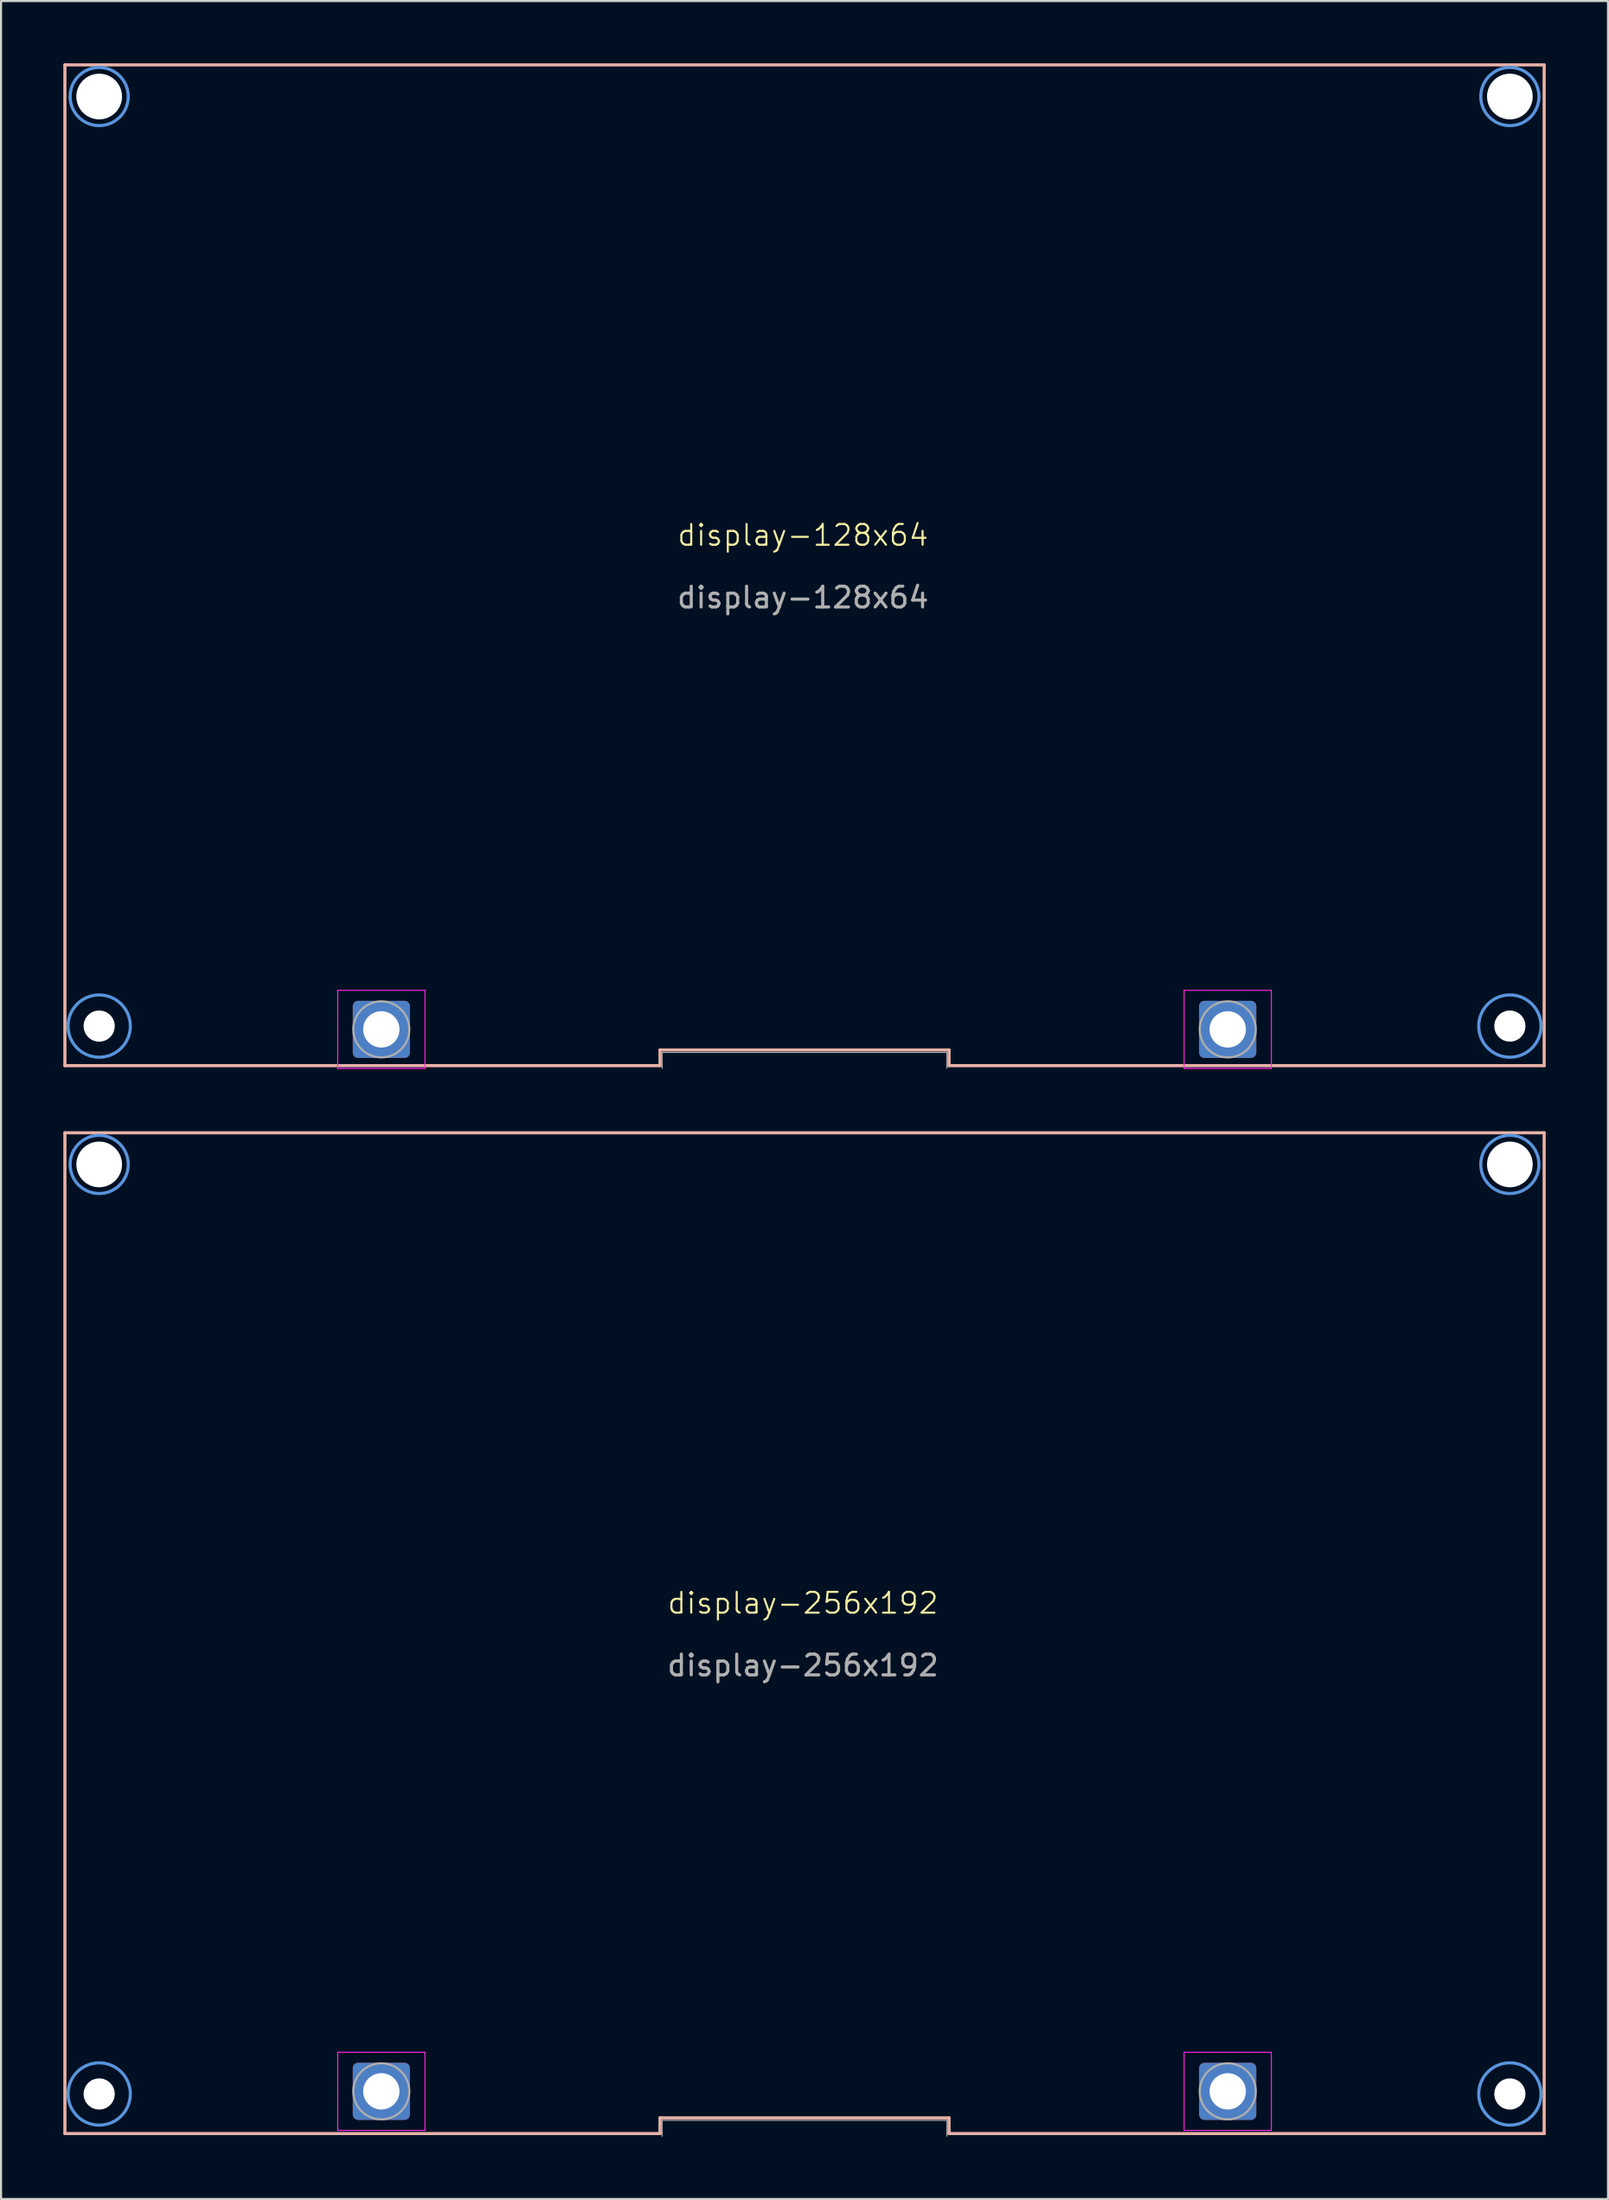
<source format=kicad_pcb>
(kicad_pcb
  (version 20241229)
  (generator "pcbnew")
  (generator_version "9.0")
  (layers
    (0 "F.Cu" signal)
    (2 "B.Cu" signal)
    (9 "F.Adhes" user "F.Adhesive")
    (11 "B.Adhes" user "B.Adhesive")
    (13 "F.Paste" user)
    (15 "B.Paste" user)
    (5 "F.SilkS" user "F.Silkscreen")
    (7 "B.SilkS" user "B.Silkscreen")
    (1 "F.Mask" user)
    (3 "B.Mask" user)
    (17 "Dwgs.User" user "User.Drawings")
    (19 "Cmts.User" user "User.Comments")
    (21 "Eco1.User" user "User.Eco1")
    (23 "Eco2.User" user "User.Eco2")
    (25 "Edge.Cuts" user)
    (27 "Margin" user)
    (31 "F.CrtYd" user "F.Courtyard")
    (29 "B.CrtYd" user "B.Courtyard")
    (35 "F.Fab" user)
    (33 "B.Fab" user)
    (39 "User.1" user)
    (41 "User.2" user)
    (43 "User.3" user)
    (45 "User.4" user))
  (footprint "display-256x192"
    (layer "F.Cu")
    (at 35.699 75.603)
    (property "Reference" "display-256x192" (at -0.076 -1.446 0) (unlocked yes) (layer "F.SilkS") (effects (font (size 1 1) (thickness 0.1))))
    (attr smd)
    (fp_line (start -35.623 -24.098) (end 35.623 -24.098) (stroke (width 0.15) (type solid)) (layer "B.SilkS"))
    (fp_line (start -35.623 24.098) (end -35.623 -24.098) (stroke (width 0.15) (type solid)) (layer "B.SilkS"))
    (fp_line (start -6.96 24.098) (end -35.623 24.098) (stroke (width 0.15) (type solid)) (layer "B.SilkS"))
    (fp_line (start -6.96 24.098) (end -6.96 23.343) (stroke (width 0.15) (type solid)) (layer "B.SilkS"))
    (fp_line (start 6.96 23.343) (end -6.96 23.343) (stroke (width 0.15) (type solid)) (layer "B.SilkS"))
    (fp_line (start 6.96 24.098) (end 6.96 23.343) (stroke (width 0.15) (type solid)) (layer "B.SilkS"))
    (fp_line (start 35.623 -24.098) (end 35.623 24.098) (stroke (width 0.15) (type solid)) (layer "B.SilkS"))
    (fp_line (start 35.623 24.098) (end 6.96 24.098) (stroke (width 0.15) (type solid)) (layer "B.SilkS"))
    (fp_circle (center -33.972 -22.574) (end -32.572 -22.574) (stroke (width 0.15) (type solid)) (fill no) (layer "Cmts.User"))
    (fp_circle (center -33.972 22.193) (end -32.472 22.193) (stroke (width 0.15) (type solid)) (fill no) (layer "Cmts.User"))
    (fp_circle (center 33.972 -22.574) (end 35.373 -22.574) (stroke (width 0.15) (type solid)) (fill no) (layer "Cmts.User"))
    (fp_circle (center 33.972 22.193) (end 35.472 22.193) (stroke (width 0.15) (type solid)) (fill no) (layer "Cmts.User"))
    (fp_line (start -22.483 20.186) (end -22.483 23.946) (stroke (width 0.05) (type solid)) (layer "F.CrtYd"))
    (fp_line (start -22.483 23.946) (end -18.283 23.946) (stroke (width 0.05) (type solid)) (layer "F.CrtYd"))
    (fp_line (start -18.283 20.186) (end -22.483 20.186) (stroke (width 0.05) (type solid)) (layer "F.CrtYd"))
    (fp_line (start -18.283 23.946) (end -18.283 20.186) (stroke (width 0.05) (type solid)) (layer "F.CrtYd"))
    (fp_line (start 18.283 20.186) (end 18.283 23.946) (stroke (width 0.05) (type solid)) (layer "F.CrtYd"))
    (fp_line (start 18.283 23.946) (end 22.483 23.946) (stroke (width 0.05) (type solid)) (layer "F.CrtYd"))
    (fp_line (start 22.483 20.186) (end 18.283 20.186) (stroke (width 0.05) (type solid)) (layer "F.CrtYd"))
    (fp_line (start 22.483 23.946) (end 22.483 20.186) (stroke (width 0.05) (type solid)) (layer "F.CrtYd"))
    (fp_line (start -6.858 23.463) (end 6.858 23.463) (stroke (width 0.05) (type solid)) (layer "F.Fab"))
    (fp_line (start -6.858 24.225) (end -6.858 23.463) (stroke (width 0.05) (type solid)) (layer "F.Fab"))
    (fp_line (start 6.858 24.225) (end 6.858 23.463) (stroke (width 0.05) (type solid)) (layer "F.Fab"))
    (fp_circle (center -20.383 22.066) (end -19.033 22.066) (stroke (width 0.1) (type solid)) (fill no) (layer "F.Fab"))
    (fp_circle (center 20.383 22.066) (end 21.733 22.066) (stroke (width 0.1) (type solid)) (fill no) (layer "F.Fab"))
    (fp_text user "${REFERENCE}" (at -0.076 1.554 0) (unlocked yes) (layer "F.Fab") (effects (font (size 1 1) (thickness 0.15))))
    (pad "" np_thru_hole circle (at -33.972 -22.574) (size 2.2 2.2) (drill 2.2) (layers "*.Cu" "*.Mask"))
    (pad "" np_thru_hole circle (at -33.972 22.193) (size 1.5 1.5) (drill 1.5) (layers "*.Cu" "*.Mask"))
    (pad "" np_thru_hole circle (at 33.972 -22.574) (size 2.2 2.2) (drill 2.2) (layers "*.Cu" "*.Mask"))
    (pad "" np_thru_hole circle (at 33.972 22.193) (size 1.5 1.5) (drill 1.5) (layers "*.Cu" "*.Mask"))
    (pad "1" thru_hole roundrect (at -20.383 22.066) (size 2.75 2.75) (drill 1.75) (layers "*.Cu" "*.Mask") (roundrect_rratio 0.091))
    (pad "2" thru_hole roundrect (at 20.383 22.066) (size 2.75 2.75) (drill 1.75) (layers "*.Cu" "*.Mask") (roundrect_rratio 0.091)))
  (footprint "display-128x64"
    (layer "F.Cu")
    (at 35.699 24.173)
    (property "Reference" "display-128x64" (at -0.076 -1.446 0) (unlocked yes) (layer "F.SilkS") (effects (font (size 1 1) (thickness 0.1))))
    (attr smd)
    (fp_line (start -35.623 -24.098) (end 35.623 -24.098) (stroke (width 0.15) (type solid)) (layer "B.SilkS"))
    (fp_line (start -35.623 24.098) (end -35.623 -24.098) (stroke (width 0.15) (type solid)) (layer "B.SilkS"))
    (fp_line (start -6.96 24.098) (end -35.623 24.098) (stroke (width 0.15) (type solid)) (layer "B.SilkS"))
    (fp_line (start -6.96 24.098) (end -6.96 23.343) (stroke (width 0.15) (type solid)) (layer "B.SilkS"))
    (fp_line (start 6.96 23.343) (end -6.96 23.343) (stroke (width 0.15) (type solid)) (layer "B.SilkS"))
    (fp_line (start 6.96 24.098) (end 6.96 23.343) (stroke (width 0.15) (type solid)) (layer "B.SilkS"))
    (fp_line (start 35.623 -24.098) (end 35.623 24.098) (stroke (width 0.15) (type solid)) (layer "B.SilkS"))
    (fp_line (start 35.623 24.098) (end 6.96 24.098) (stroke (width 0.15) (type solid)) (layer "B.SilkS"))
    (fp_circle (center -33.972 -22.574) (end -32.572 -22.574) (stroke (width 0.15) (type solid)) (fill no) (layer "Cmts.User"))
    (fp_circle (center -33.972 22.193) (end -32.472 22.193) (stroke (width 0.15) (type solid)) (fill no) (layer "Cmts.User"))
    (fp_circle (center 33.972 -22.574) (end 35.373 -22.574) (stroke (width 0.15) (type solid)) (fill no) (layer "Cmts.User"))
    (fp_circle (center 33.972 22.193) (end 35.472 22.193) (stroke (width 0.15) (type solid)) (fill no) (layer "Cmts.User"))
    (fp_line (start -22.483 20.472) (end -22.483 24.232) (stroke (width 0.05) (type solid)) (layer "F.CrtYd"))
    (fp_line (start -22.483 24.232) (end -18.283 24.232) (stroke (width 0.05) (type solid)) (layer "F.CrtYd"))
    (fp_line (start -18.283 20.472) (end -22.483 20.472) (stroke (width 0.05) (type solid)) (layer "F.CrtYd"))
    (fp_line (start -18.283 24.232) (end -18.283 20.472) (stroke (width 0.05) (type solid)) (layer "F.CrtYd"))
    (fp_line (start 18.283 20.472) (end 18.283 24.232) (stroke (width 0.05) (type solid)) (layer "F.CrtYd"))
    (fp_line (start 18.283 24.232) (end 22.483 24.232) (stroke (width 0.05) (type solid)) (layer "F.CrtYd"))
    (fp_line (start 22.483 20.472) (end 18.283 20.472) (stroke (width 0.05) (type solid)) (layer "F.CrtYd"))
    (fp_line (start 22.483 24.232) (end 22.483 20.472) (stroke (width 0.05) (type solid)) (layer "F.CrtYd"))
    (fp_line (start -6.858 23.463) (end 6.858 23.463) (stroke (width 0.05) (type solid)) (layer "F.Fab"))
    (fp_line (start -6.858 24.225) (end -6.858 23.463) (stroke (width 0.05) (type solid)) (layer "F.Fab"))
    (fp_line (start 6.858 24.225) (end 6.858 23.463) (stroke (width 0.05) (type solid)) (layer "F.Fab"))
    (fp_circle (center -20.383 22.352) (end -19.033 22.352) (stroke (width 0.1) (type solid)) (fill no) (layer "F.Fab"))
    (fp_circle (center 20.383 22.352) (end 21.733 22.352) (stroke (width 0.1) (type solid)) (fill no) (layer "F.Fab"))
    (fp_text user "${REFERENCE}" (at -0.076 1.554 0) (unlocked yes) (layer "F.Fab") (effects (font (size 1 1) (thickness 0.15))))
    (pad "" np_thru_hole circle (at -33.972 -22.574) (size 2.2 2.2) (drill 2.2) (layers "*.Cu" "*.Mask"))
    (pad "" np_thru_hole circle (at -33.972 22.193) (size 1.5 1.5) (drill 1.5) (layers "*.Cu" "*.Mask"))
    (pad "" np_thru_hole circle (at 33.972 -22.574) (size 2.2 2.2) (drill 2.2) (layers "*.Cu" "*.Mask"))
    (pad "" np_thru_hole circle (at 33.972 22.193) (size 1.5 1.5) (drill 1.5) (layers "*.Cu" "*.Mask"))
    (pad "1" thru_hole roundrect (at -20.383 22.352) (size 2.75 2.75) (drill 1.75) (layers "*.Cu" "*.Mask") (roundrect_rratio 0.091))
    (pad "2" thru_hole roundrect (at 20.383 22.352) (size 2.75 2.75) (drill 1.75) (layers "*.Cu" "*.Mask") (roundrect_rratio 0.091)))
  (gr_rect
    (start -3 -3)
    (end 74.397 102.854)
    (stroke (width 0.1) (type default))
    (fill no)
    (layer "Edge.Cuts")))
</source>
